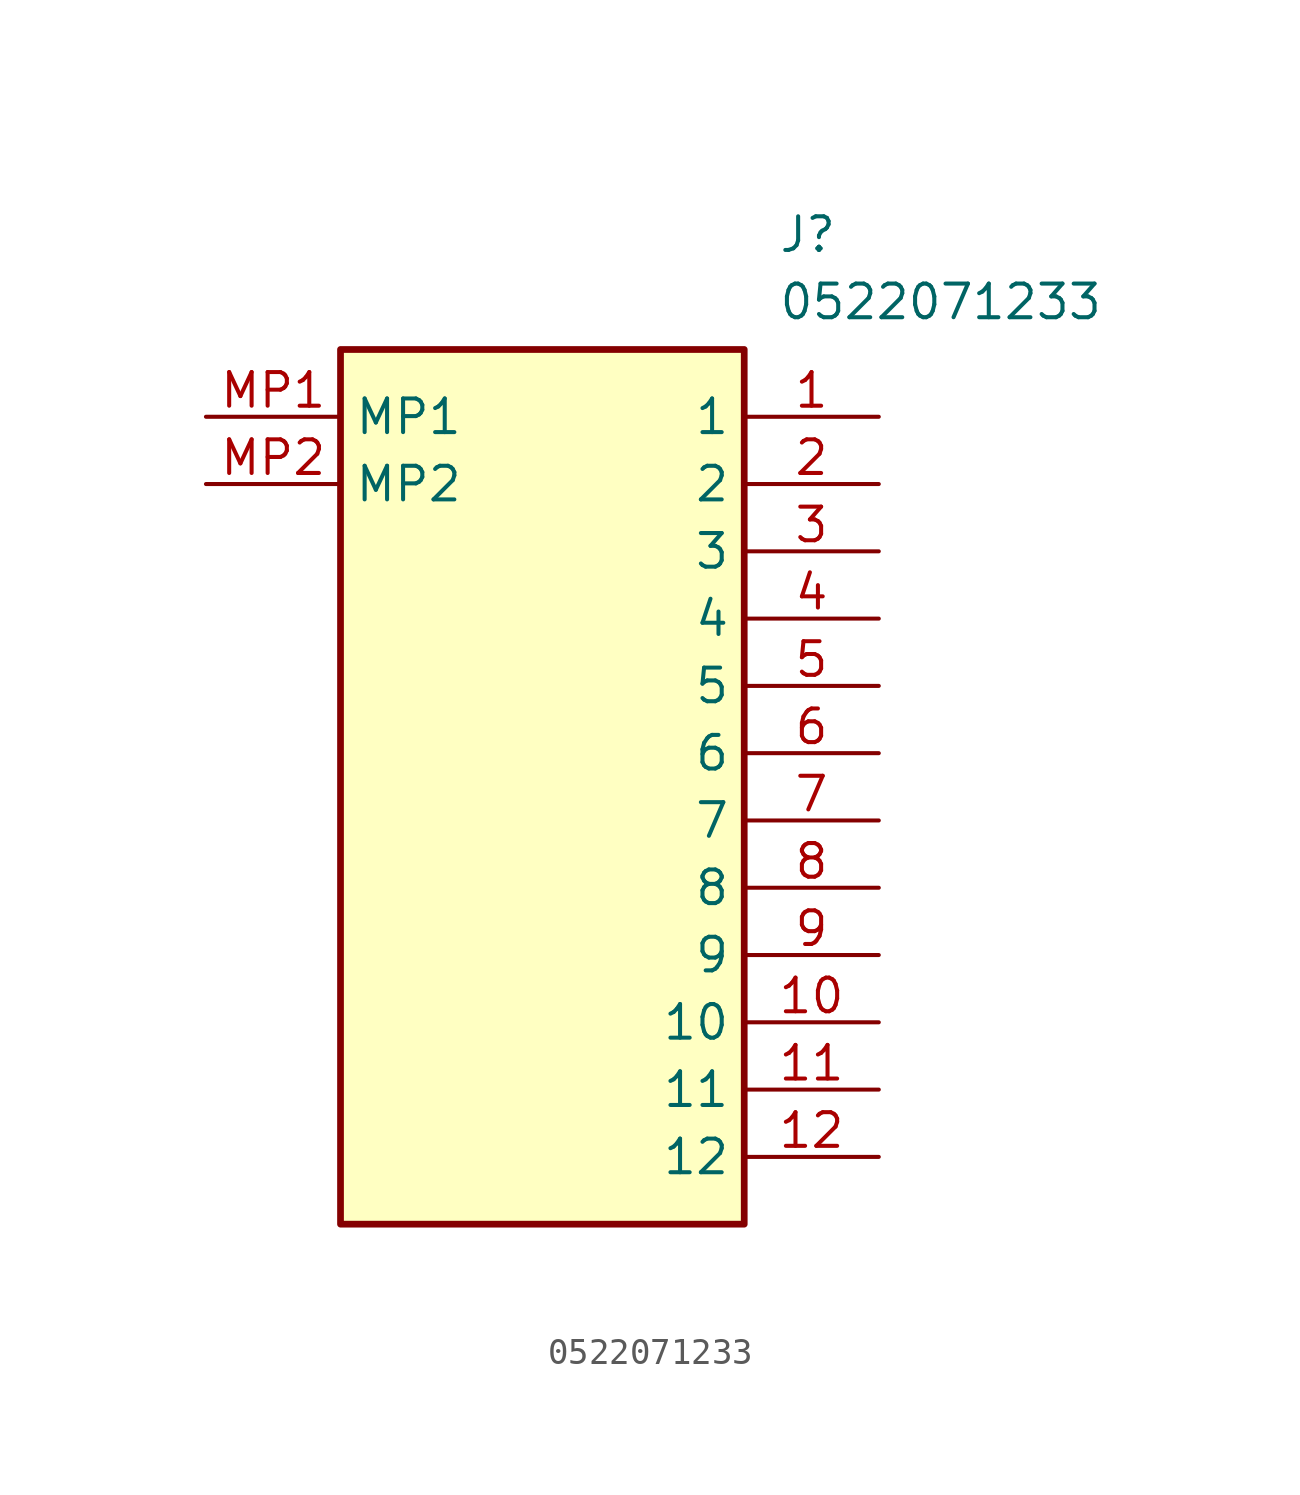
<source format=kicad_sym>
(kicad_symbol_lib
  (version 20211014)
  (generator SamacSys_ECAD_Model)
  (symbol "0522071233"
    (property "Reference" "J"
      (at 21.59 7.62 0)
      (effects (font (size 1.27 1.27)) (justify left top)))
    (property "Value" "0522071233"
      (at 21.59 5.08 0)
      (effects (font (size 1.27 1.27)) (justify left top)))
    (rectangle
      (start 5.08 2.54)
      (end 20.32 -30.48)
      (stroke (width 0.254) (type default))
      (fill (type background)))
    (pin passive line
      (at 25.4 0 180)
      (length 5.08)
      (name "1" (effects (font (size 1.27 1.27))))
      (number "1" (effects (font (size 1.27 1.27)))))
    (pin passive line
      (at 25.4 -2.54 180)
      (length 5.08)
      (name "2" (effects (font (size 1.27 1.27))))
      (number "2" (effects (font (size 1.27 1.27)))))
    (pin passive line
      (at 25.4 -5.08 180)
      (length 5.08)
      (name "3" (effects (font (size 1.27 1.27))))
      (number "3" (effects (font (size 1.27 1.27)))))
    (pin passive line
      (at 25.4 -7.62 180)
      (length 5.08)
      (name "4" (effects (font (size 1.27 1.27))))
      (number "4" (effects (font (size 1.27 1.27)))))
    (pin passive line
      (at 25.4 -10.16 180)
      (length 5.08)
      (name "5" (effects (font (size 1.27 1.27))))
      (number "5" (effects (font (size 1.27 1.27)))))
    (pin passive line
      (at 25.4 -12.7 180)
      (length 5.08)
      (name "6" (effects (font (size 1.27 1.27))))
      (number "6" (effects (font (size 1.27 1.27)))))
    (pin passive line
      (at 25.4 -15.24 180)
      (length 5.08)
      (name "7" (effects (font (size 1.27 1.27))))
      (number "7" (effects (font (size 1.27 1.27)))))
    (pin passive line
      (at 25.4 -17.78 180)
      (length 5.08)
      (name "8" (effects (font (size 1.27 1.27))))
      (number "8" (effects (font (size 1.27 1.27)))))
    (pin passive line
      (at 25.4 -20.32 180)
      (length 5.08)
      (name "9" (effects (font (size 1.27 1.27))))
      (number "9" (effects (font (size 1.27 1.27)))))
    (pin passive line
      (at 25.4 -22.86 180)
      (length 5.08)
      (name "10" (effects (font (size 1.27 1.27))))
      (number "10" (effects (font (size 1.27 1.27)))))
    (pin passive line
      (at 25.4 -25.4 180)
      (length 5.08)
      (name "11" (effects (font (size 1.27 1.27))))
      (number "11" (effects (font (size 1.27 1.27)))))
    (pin passive line
      (at 25.4 -27.94 180)
      (length 5.08)
      (name "12" (effects (font (size 1.27 1.27))))
      (number "12" (effects (font (size 1.27 1.27)))))
    (pin passive line
      (at 0 0 0)
      (length 5.08)
      (name "MP1" (effects (font (size 1.27 1.27))))
      (number "MP1" (effects (font (size 1.27 1.27)))))
    (pin passive line
      (at 0 -2.54 0)
      (length 5.08)
      (name "MP2" (effects (font (size 1.27 1.27))))
      (number "MP2" (effects (font (size 1.27 1.27)))))))
</source>
